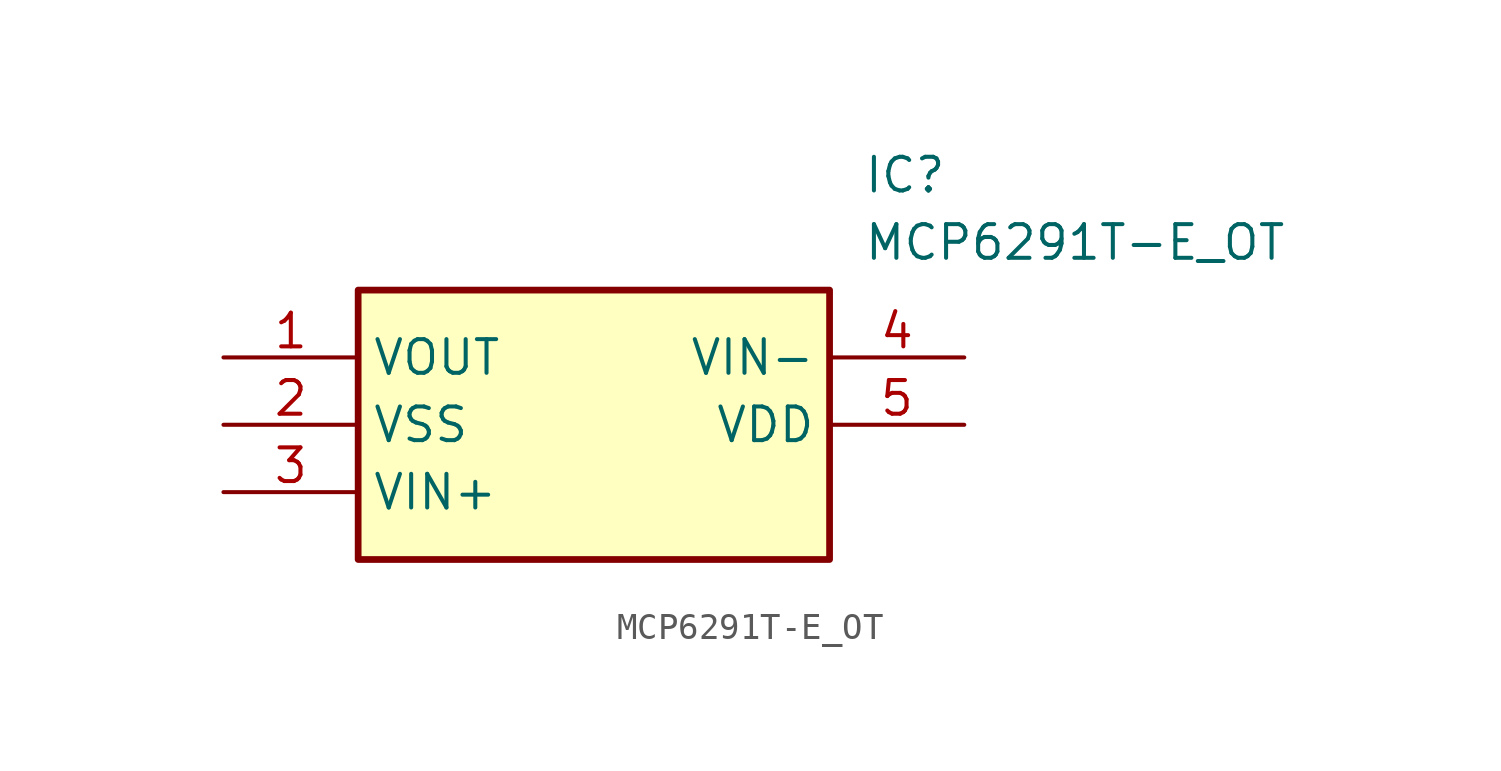
<source format=kicad_sym>
(kicad_symbol_lib
  (version 20211014)
  (generator SamacSys_ECAD_Model)
  (symbol "MCP6291T-E_OT"
    (property "Reference" "IC"
      (at 24.13 7.62 0)
      (effects (font (size 1.27 1.27)) (justify left top)))
    (property "Value" "MCP6291T-E_OT"
      (at 24.13 5.08 0)
      (effects (font (size 1.27 1.27)) (justify left top)))
    (rectangle
      (start 5.08 2.54)
      (end 22.86 -7.62)
      (stroke (width 0.254) (type default))
      (fill (type background)))
    (pin passive line
      (at 0 0 0)
      (length 5.08)
      (name "VOUT" (effects (font (size 1.27 1.27))))
      (number "1" (effects (font (size 1.27 1.27)))))
    (pin passive line
      (at 0 -2.54 0)
      (length 5.08)
      (name "VSS" (effects (font (size 1.27 1.27))))
      (number "2" (effects (font (size 1.27 1.27)))))
    (pin passive line
      (at 0 -5.08 0)
      (length 5.08)
      (name "VIN+" (effects (font (size 1.27 1.27))))
      (number "3" (effects (font (size 1.27 1.27)))))
    (pin passive line
      (at 27.94 0 180)
      (length 5.08)
      (name "VIN-" (effects (font (size 1.27 1.27))))
      (number "4" (effects (font (size 1.27 1.27)))))
    (pin passive line
      (at 27.94 -2.54 180)
      (length 5.08)
      (name "VDD" (effects (font (size 1.27 1.27))))
      (number "5" (effects (font (size 1.27 1.27)))))))
</source>
